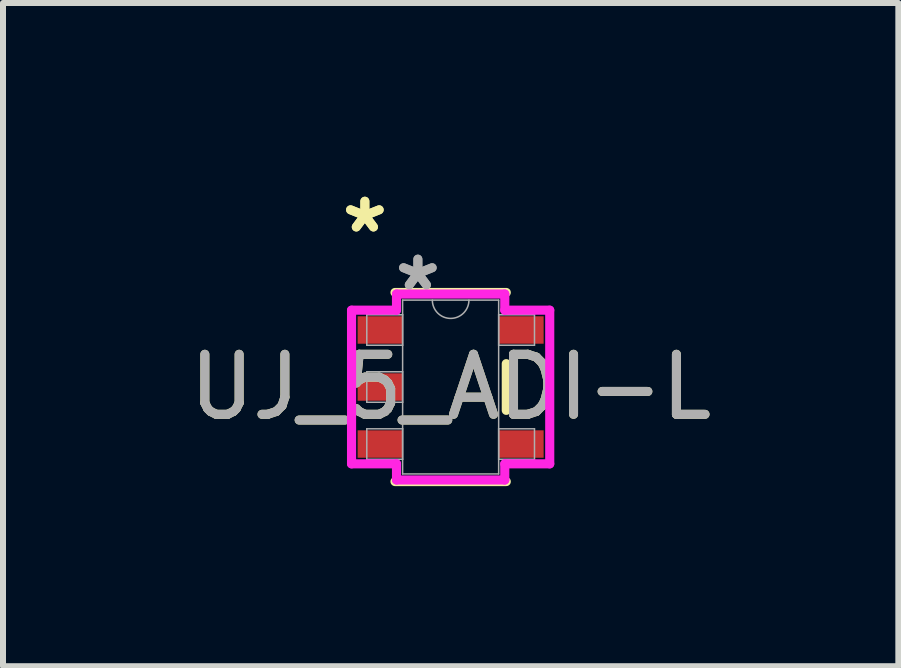
<source format=kicad_pcb>
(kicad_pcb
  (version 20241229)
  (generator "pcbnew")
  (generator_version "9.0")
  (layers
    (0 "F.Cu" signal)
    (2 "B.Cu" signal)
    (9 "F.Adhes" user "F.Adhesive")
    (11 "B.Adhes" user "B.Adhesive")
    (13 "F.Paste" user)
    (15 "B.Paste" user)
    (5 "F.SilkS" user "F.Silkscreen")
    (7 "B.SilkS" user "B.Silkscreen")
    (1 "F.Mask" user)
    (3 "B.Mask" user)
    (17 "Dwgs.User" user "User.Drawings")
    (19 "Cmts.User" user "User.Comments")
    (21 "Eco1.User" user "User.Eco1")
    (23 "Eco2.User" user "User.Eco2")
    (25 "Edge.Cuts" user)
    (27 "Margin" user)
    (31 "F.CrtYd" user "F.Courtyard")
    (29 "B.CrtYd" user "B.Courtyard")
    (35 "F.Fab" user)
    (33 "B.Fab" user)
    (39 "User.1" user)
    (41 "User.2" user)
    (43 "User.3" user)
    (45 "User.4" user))
  (footprint "UJ_5_ADI-L"
    (layer "F.Cu")
    (at 4.458 3.398)
    (property "Reference" "UJ_5_ADI-L" (at 0 0 0) (unlocked yes) (layer "F.SilkS") (effects (font (size 1 1) (thickness 0.15))))
    (attr smd)
    (fp_line (start -0.927 1.575) (end 0.927 1.575) (stroke (width 0.152) (type solid)) (layer "F.SilkS"))
    (fp_line (start 0.927 -1.575) (end -0.927 -1.575) (stroke (width 0.152) (type solid)) (layer "F.SilkS"))
    (fp_line (start 0.927 0.389) (end 0.927 -0.389) (stroke (width 0.152) (type solid)) (layer "F.SilkS"))
    (fp_line (start -1.651 -1.28) (end -0.902 -1.28) (stroke (width 0.152) (type solid)) (layer "F.CrtYd"))
    (fp_line (start -1.651 1.28) (end -1.651 -1.28) (stroke (width 0.152) (type solid)) (layer "F.CrtYd"))
    (fp_line (start -0.902 -1.549) (end 0.902 -1.549) (stroke (width 0.152) (type solid)) (layer "F.CrtYd"))
    (fp_line (start -0.902 -1.28) (end -0.902 -1.549) (stroke (width 0.152) (type solid)) (layer "F.CrtYd"))
    (fp_line (start -0.902 1.28) (end -1.651 1.28) (stroke (width 0.152) (type solid)) (layer "F.CrtYd"))
    (fp_line (start -0.902 1.549) (end -0.902 1.28) (stroke (width 0.152) (type solid)) (layer "F.CrtYd"))
    (fp_line (start 0.902 -1.549) (end 0.902 -1.28) (stroke (width 0.152) (type solid)) (layer "F.CrtYd"))
    (fp_line (start 0.902 -1.28) (end 1.651 -1.28) (stroke (width 0.152) (type solid)) (layer "F.CrtYd"))
    (fp_line (start 0.902 1.28) (end 0.902 1.549) (stroke (width 0.152) (type solid)) (layer "F.CrtYd"))
    (fp_line (start 0.902 1.549) (end -0.902 1.549) (stroke (width 0.152) (type solid)) (layer "F.CrtYd"))
    (fp_line (start 1.651 -1.28) (end 1.651 1.28) (stroke (width 0.152) (type solid)) (layer "F.CrtYd"))
    (fp_line (start 1.651 1.28) (end 0.902 1.28) (stroke (width 0.152) (type solid)) (layer "F.CrtYd"))
    (fp_line (start -1.397 -1.204) (end -1.397 -0.696) (stroke (width 0.025) (type solid)) (layer "F.Fab"))
    (fp_line (start -1.397 -0.696) (end -0.8 -0.696) (stroke (width 0.025) (type solid)) (layer "F.Fab"))
    (fp_line (start -1.397 -0.254) (end -1.397 0.254) (stroke (width 0.025) (type solid)) (layer "F.Fab"))
    (fp_line (start -1.397 0.254) (end -0.8 0.254) (stroke (width 0.025) (type solid)) (layer "F.Fab"))
    (fp_line (start -1.397 0.696) (end -1.397 1.204) (stroke (width 0.025) (type solid)) (layer "F.Fab"))
    (fp_line (start -1.397 1.204) (end -0.8 1.204) (stroke (width 0.025) (type solid)) (layer "F.Fab"))
    (fp_line (start -0.8 -1.448) (end -0.8 1.448) (stroke (width 0.025) (type solid)) (layer "F.Fab"))
    (fp_line (start -0.8 -1.204) (end -1.397 -1.204) (stroke (width 0.025) (type solid)) (layer "F.Fab"))
    (fp_line (start -0.8 -0.696) (end -0.8 -1.204) (stroke (width 0.025) (type solid)) (layer "F.Fab"))
    (fp_line (start -0.8 -0.254) (end -1.397 -0.254) (stroke (width 0.025) (type solid)) (layer "F.Fab"))
    (fp_line (start -0.8 0.254) (end -0.8 -0.254) (stroke (width 0.025) (type solid)) (layer "F.Fab"))
    (fp_line (start -0.8 0.696) (end -1.397 0.696) (stroke (width 0.025) (type solid)) (layer "F.Fab"))
    (fp_line (start -0.8 1.204) (end -0.8 0.696) (stroke (width 0.025) (type solid)) (layer "F.Fab"))
    (fp_line (start -0.8 1.448) (end 0.8 1.448) (stroke (width 0.025) (type solid)) (layer "F.Fab"))
    (fp_line (start 0.8 -1.448) (end -0.8 -1.448) (stroke (width 0.025) (type solid)) (layer "F.Fab"))
    (fp_line (start 0.8 -1.204) (end 0.8 -0.696) (stroke (width 0.025) (type solid)) (layer "F.Fab"))
    (fp_line (start 0.8 -0.696) (end 1.397 -0.696) (stroke (width 0.025) (type solid)) (layer "F.Fab"))
    (fp_line (start 0.8 0.696) (end 0.8 1.204) (stroke (width 0.025) (type solid)) (layer "F.Fab"))
    (fp_line (start 0.8 1.204) (end 1.397 1.204) (stroke (width 0.025) (type solid)) (layer "F.Fab"))
    (fp_line (start 0.8 1.448) (end 0.8 -1.448) (stroke (width 0.025) (type solid)) (layer "F.Fab"))
    (fp_line (start 1.397 -1.204) (end 0.8 -1.204) (stroke (width 0.025) (type solid)) (layer "F.Fab"))
    (fp_line (start 1.397 -0.696) (end 1.397 -1.204) (stroke (width 0.025) (type solid)) (layer "F.Fab"))
    (fp_line (start 1.397 0.696) (end 0.8 0.696) (stroke (width 0.025) (type solid)) (layer "F.Fab"))
    (fp_line (start 1.397 1.204) (end 1.397 0.696) (stroke (width 0.025) (type solid)) (layer "F.Fab"))
    (fp_arc (start 0.3048 -1.4478) (mid 0 -1.143) (end -0.3048 -1.4478) (stroke (width 0.0254) (type solid)) (layer "F.Fab"))
    (fp_text user "*" (at -1.429 -2.55 0) (layer "F.SilkS") (effects (font (size 1 1) (thickness 0.15))))
    (fp_text user "*" (at -1.429 -2.55 0) (unlocked yes) (layer "F.SilkS") (effects (font (size 1 1) (thickness 0.15))))
    (fp_text user "${REFERENCE}" (at 0 0 0) (unlocked yes) (layer "F.Fab") (effects (font (size 1 1) (thickness 0.15))))
    (fp_text user "*" (at -0.546 -1.585 0) (layer "F.Fab") (effects (font (size 1 1) (thickness 0.15))))
    (fp_text user "*" (at -0.546 -1.585 0) (unlocked yes) (layer "F.Fab") (effects (font (size 1 1) (thickness 0.15))))
    (pad "1" smd rect (at -1.175 -0.95) (size 0.749 0.457) (layers "F.Cu" "F.Mask" "F.Paste"))
    (pad "2" smd rect (at -1.175 0) (size 0.749 0.457) (layers "F.Cu" "F.Mask" "F.Paste"))
    (pad "3" smd rect (at -1.175 0.95) (size 0.749 0.457) (layers "F.Cu" "F.Mask" "F.Paste"))
    (pad "4" smd rect (at 1.175 0.95) (size 0.749 0.457) (layers "F.Cu" "F.Mask" "F.Paste"))
    (pad "5" smd rect (at 1.175 -0.95) (size 0.749 0.457) (layers "F.Cu" "F.Mask" "F.Paste")))
  (gr_rect
    (start -3 -3)
    (end 11.917 8.049)
    (stroke (width 0.1) (type default))
    (fill no)
    (layer "Edge.Cuts")))
</source>
